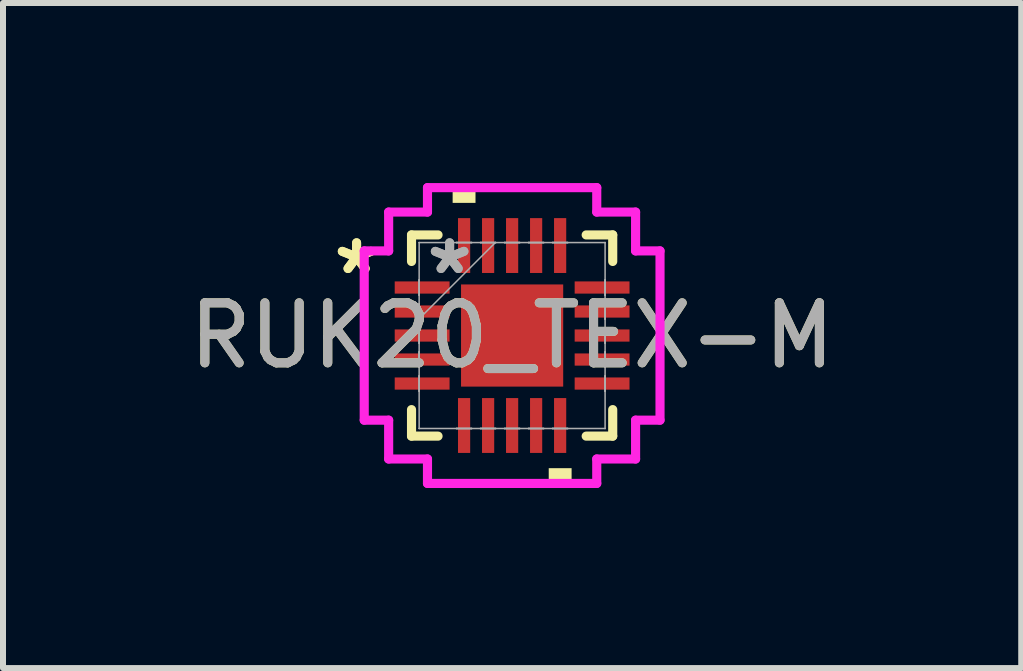
<source format=kicad_pcb>
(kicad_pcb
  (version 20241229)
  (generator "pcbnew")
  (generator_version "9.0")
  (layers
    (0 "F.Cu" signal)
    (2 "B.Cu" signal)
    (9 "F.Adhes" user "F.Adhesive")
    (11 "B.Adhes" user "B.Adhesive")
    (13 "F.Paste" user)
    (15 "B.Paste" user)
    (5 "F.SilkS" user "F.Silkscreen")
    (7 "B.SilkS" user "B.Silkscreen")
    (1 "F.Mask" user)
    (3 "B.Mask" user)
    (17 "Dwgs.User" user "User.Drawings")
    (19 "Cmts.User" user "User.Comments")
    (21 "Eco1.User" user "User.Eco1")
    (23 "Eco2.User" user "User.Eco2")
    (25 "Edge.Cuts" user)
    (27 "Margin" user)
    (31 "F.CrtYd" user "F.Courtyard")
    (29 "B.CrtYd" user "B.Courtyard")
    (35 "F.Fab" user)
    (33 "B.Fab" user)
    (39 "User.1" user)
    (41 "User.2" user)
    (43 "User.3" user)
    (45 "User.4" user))
  (footprint "RUK20_TEX-M"
    (layer "F.Cu")
    (at 5.482 2.54)
    (property "Reference" "RUK20_TEX-M" (at 0 0 0) (unlocked yes) (layer "F.SilkS") (effects (font (size 1 1) (thickness 0.15))))
    (attr smd)
    (fp_line (start -1.676 -1.676) (end -1.676 -1.234) (stroke (width 0.152) (type solid)) (layer "F.SilkS"))
    (fp_line (start -1.676 1.234) (end -1.676 1.676) (stroke (width 0.152) (type solid)) (layer "F.SilkS"))
    (fp_line (start -1.676 1.676) (end -1.234 1.676) (stroke (width 0.152) (type solid)) (layer "F.SilkS"))
    (fp_line (start -1.234 -1.676) (end -1.676 -1.676) (stroke (width 0.152) (type solid)) (layer "F.SilkS"))
    (fp_line (start 1.234 1.676) (end 1.676 1.676) (stroke (width 0.152) (type solid)) (layer "F.SilkS"))
    (fp_line (start 1.676 -1.676) (end 1.234 -1.676) (stroke (width 0.152) (type solid)) (layer "F.SilkS"))
    (fp_line (start 1.676 -1.234) (end 1.676 -1.676) (stroke (width 0.152) (type solid)) (layer "F.SilkS"))
    (fp_line (start 1.676 1.676) (end 1.676 1.234) (stroke (width 0.152) (type solid)) (layer "F.SilkS"))
    (fp_poly (pts (xy -0.991 -2.21) (xy -0.991 -2.464) (xy -0.61 -2.464) (xy -0.61 -2.21)) (stroke (width 0) (type solid)) (fill yes) (layer "F.SilkS"))
    (fp_poly (pts (xy 0.61 2.21) (xy 0.61 2.464) (xy 0.991 2.464) (xy 0.991 2.21)) (stroke (width 0) (type solid)) (fill yes) (layer "F.SilkS"))
    (fp_line (start -2.464 -1.41) (end -2.057 -1.41) (stroke (width 0.152) (type solid)) (layer "F.CrtYd"))
    (fp_line (start -2.464 1.41) (end -2.464 -1.41) (stroke (width 0.152) (type solid)) (layer "F.CrtYd"))
    (fp_line (start -2.057 -2.057) (end -1.41 -2.057) (stroke (width 0.152) (type solid)) (layer "F.CrtYd"))
    (fp_line (start -2.057 -1.41) (end -2.057 -2.057) (stroke (width 0.152) (type solid)) (layer "F.CrtYd"))
    (fp_line (start -2.057 1.41) (end -2.464 1.41) (stroke (width 0.152) (type solid)) (layer "F.CrtYd"))
    (fp_line (start -2.057 2.057) (end -2.057 1.41) (stroke (width 0.152) (type solid)) (layer "F.CrtYd"))
    (fp_line (start -1.41 -2.464) (end 1.41 -2.464) (stroke (width 0.152) (type solid)) (layer "F.CrtYd"))
    (fp_line (start -1.41 -2.057) (end -1.41 -2.464) (stroke (width 0.152) (type solid)) (layer "F.CrtYd"))
    (fp_line (start -1.41 2.057) (end -2.057 2.057) (stroke (width 0.152) (type solid)) (layer "F.CrtYd"))
    (fp_line (start -1.41 2.464) (end -1.41 2.057) (stroke (width 0.152) (type solid)) (layer "F.CrtYd"))
    (fp_line (start 1.41 -2.464) (end 1.41 -2.057) (stroke (width 0.152) (type solid)) (layer "F.CrtYd"))
    (fp_line (start 1.41 -2.057) (end 2.057 -2.057) (stroke (width 0.152) (type solid)) (layer "F.CrtYd"))
    (fp_line (start 1.41 2.057) (end 1.41 2.464) (stroke (width 0.152) (type solid)) (layer "F.CrtYd"))
    (fp_line (start 1.41 2.464) (end -1.41 2.464) (stroke (width 0.152) (type solid)) (layer "F.CrtYd"))
    (fp_line (start 2.057 -2.057) (end 2.057 -1.41) (stroke (width 0.152) (type solid)) (layer "F.CrtYd"))
    (fp_line (start 2.057 -1.41) (end 2.464 -1.41) (stroke (width 0.152) (type solid)) (layer "F.CrtYd"))
    (fp_line (start 2.057 1.41) (end 2.057 2.057) (stroke (width 0.152) (type solid)) (layer "F.CrtYd"))
    (fp_line (start 2.057 2.057) (end 1.41 2.057) (stroke (width 0.152) (type solid)) (layer "F.CrtYd"))
    (fp_line (start 2.464 -1.41) (end 2.464 1.41) (stroke (width 0.152) (type solid)) (layer "F.CrtYd"))
    (fp_line (start 2.464 1.41) (end 2.057 1.41) (stroke (width 0.152) (type solid)) (layer "F.CrtYd"))
    (fp_line (start -1.549 -1.549) (end -1.549 -1.549) (stroke (width 0.025) (type solid)) (layer "F.Fab"))
    (fp_line (start -1.549 -1.549) (end -1.549 1.549) (stroke (width 0.025) (type solid)) (layer "F.Fab"))
    (fp_line (start -1.549 -0.927) (end -1.549 -0.927) (stroke (width 0.025) (type solid)) (layer "F.Fab"))
    (fp_line (start -1.549 -0.927) (end -1.549 -0.673) (stroke (width 0.025) (type solid)) (layer "F.Fab"))
    (fp_line (start -1.549 -0.673) (end -1.549 -0.927) (stroke (width 0.025) (type solid)) (layer "F.Fab"))
    (fp_line (start -1.549 -0.673) (end -1.549 -0.673) (stroke (width 0.025) (type solid)) (layer "F.Fab"))
    (fp_line (start -1.549 -0.527) (end -1.549 -0.527) (stroke (width 0.025) (type solid)) (layer "F.Fab"))
    (fp_line (start -1.549 -0.527) (end -1.549 -0.273) (stroke (width 0.025) (type solid)) (layer "F.Fab"))
    (fp_line (start -1.549 -0.279) (end -0.279 -1.549) (stroke (width 0.025) (type solid)) (layer "F.Fab"))
    (fp_line (start -1.549 -0.273) (end -1.549 -0.527) (stroke (width 0.025) (type solid)) (layer "F.Fab"))
    (fp_line (start -1.549 -0.273) (end -1.549 -0.273) (stroke (width 0.025) (type solid)) (layer "F.Fab"))
    (fp_line (start -1.549 -0.127) (end -1.549 -0.127) (stroke (width 0.025) (type solid)) (layer "F.Fab"))
    (fp_line (start -1.549 -0.127) (end -1.549 0.127) (stroke (width 0.025) (type solid)) (layer "F.Fab"))
    (fp_line (start -1.549 0.127) (end -1.549 -0.127) (stroke (width 0.025) (type solid)) (layer "F.Fab"))
    (fp_line (start -1.549 0.127) (end -1.549 0.127) (stroke (width 0.025) (type solid)) (layer "F.Fab"))
    (fp_line (start -1.549 0.273) (end -1.549 0.273) (stroke (width 0.025) (type solid)) (layer "F.Fab"))
    (fp_line (start -1.549 0.273) (end -1.549 0.527) (stroke (width 0.025) (type solid)) (layer "F.Fab"))
    (fp_line (start -1.549 0.527) (end -1.549 0.273) (stroke (width 0.025) (type solid)) (layer "F.Fab"))
    (fp_line (start -1.549 0.527) (end -1.549 0.527) (stroke (width 0.025) (type solid)) (layer "F.Fab"))
    (fp_line (start -1.549 0.673) (end -1.549 0.673) (stroke (width 0.025) (type solid)) (layer "F.Fab"))
    (fp_line (start -1.549 0.673) (end -1.549 0.927) (stroke (width 0.025) (type solid)) (layer "F.Fab"))
    (fp_line (start -1.549 0.927) (end -1.549 0.673) (stroke (width 0.025) (type solid)) (layer "F.Fab"))
    (fp_line (start -1.549 0.927) (end -1.549 0.927) (stroke (width 0.025) (type solid)) (layer "F.Fab"))
    (fp_line (start -1.549 1.549) (end -1.549 1.549) (stroke (width 0.025) (type solid)) (layer "F.Fab"))
    (fp_line (start -1.549 1.549) (end 1.549 1.549) (stroke (width 0.025) (type solid)) (layer "F.Fab"))
    (fp_line (start -0.927 -1.549) (end -0.927 -1.549) (stroke (width 0.025) (type solid)) (layer "F.Fab"))
    (fp_line (start -0.927 -1.549) (end -0.673 -1.549) (stroke (width 0.025) (type solid)) (layer "F.Fab"))
    (fp_line (start -0.927 1.549) (end -0.927 1.549) (stroke (width 0.025) (type solid)) (layer "F.Fab"))
    (fp_line (start -0.927 1.549) (end -0.673 1.549) (stroke (width 0.025) (type solid)) (layer "F.Fab"))
    (fp_line (start -0.673 -1.549) (end -0.927 -1.549) (stroke (width 0.025) (type solid)) (layer "F.Fab"))
    (fp_line (start -0.673 -1.549) (end -0.673 -1.549) (stroke (width 0.025) (type solid)) (layer "F.Fab"))
    (fp_line (start -0.673 1.549) (end -0.927 1.549) (stroke (width 0.025) (type solid)) (layer "F.Fab"))
    (fp_line (start -0.673 1.549) (end -0.673 1.549) (stroke (width 0.025) (type solid)) (layer "F.Fab"))
    (fp_line (start -0.527 -1.549) (end -0.527 -1.549) (stroke (width 0.025) (type solid)) (layer "F.Fab"))
    (fp_line (start -0.527 -1.549) (end -0.273 -1.549) (stroke (width 0.025) (type solid)) (layer "F.Fab"))
    (fp_line (start -0.527 1.549) (end -0.527 1.549) (stroke (width 0.025) (type solid)) (layer "F.Fab"))
    (fp_line (start -0.527 1.549) (end -0.273 1.549) (stroke (width 0.025) (type solid)) (layer "F.Fab"))
    (fp_line (start -0.273 -1.549) (end -0.527 -1.549) (stroke (width 0.025) (type solid)) (layer "F.Fab"))
    (fp_line (start -0.273 -1.549) (end -0.273 -1.549) (stroke (width 0.025) (type solid)) (layer "F.Fab"))
    (fp_line (start -0.273 1.549) (end -0.527 1.549) (stroke (width 0.025) (type solid)) (layer "F.Fab"))
    (fp_line (start -0.273 1.549) (end -0.273 1.549) (stroke (width 0.025) (type solid)) (layer "F.Fab"))
    (fp_line (start -0.127 -1.549) (end -0.127 -1.549) (stroke (width 0.025) (type solid)) (layer "F.Fab"))
    (fp_line (start -0.127 -1.549) (end 0.127 -1.549) (stroke (width 0.025) (type solid)) (layer "F.Fab"))
    (fp_line (start -0.127 1.549) (end -0.127 1.549) (stroke (width 0.025) (type solid)) (layer "F.Fab"))
    (fp_line (start -0.127 1.549) (end 0.127 1.549) (stroke (width 0.025) (type solid)) (layer "F.Fab"))
    (fp_line (start 0.127 -1.549) (end -0.127 -1.549) (stroke (width 0.025) (type solid)) (layer "F.Fab"))
    (fp_line (start 0.127 -1.549) (end 0.127 -1.549) (stroke (width 0.025) (type solid)) (layer "F.Fab"))
    (fp_line (start 0.127 1.549) (end -0.127 1.549) (stroke (width 0.025) (type solid)) (layer "F.Fab"))
    (fp_line (start 0.127 1.549) (end 0.127 1.549) (stroke (width 0.025) (type solid)) (layer "F.Fab"))
    (fp_line (start 0.273 -1.549) (end 0.273 -1.549) (stroke (width 0.025) (type solid)) (layer "F.Fab"))
    (fp_line (start 0.273 -1.549) (end 0.527 -1.549) (stroke (width 0.025) (type solid)) (layer "F.Fab"))
    (fp_line (start 0.273 1.549) (end 0.273 1.549) (stroke (width 0.025) (type solid)) (layer "F.Fab"))
    (fp_line (start 0.273 1.549) (end 0.527 1.549) (stroke (width 0.025) (type solid)) (layer "F.Fab"))
    (fp_line (start 0.527 -1.549) (end 0.273 -1.549) (stroke (width 0.025) (type solid)) (layer "F.Fab"))
    (fp_line (start 0.527 -1.549) (end 0.527 -1.549) (stroke (width 0.025) (type solid)) (layer "F.Fab"))
    (fp_line (start 0.527 1.549) (end 0.273 1.549) (stroke (width 0.025) (type solid)) (layer "F.Fab"))
    (fp_line (start 0.527 1.549) (end 0.527 1.549) (stroke (width 0.025) (type solid)) (layer "F.Fab"))
    (fp_line (start 0.673 -1.549) (end 0.673 -1.549) (stroke (width 0.025) (type solid)) (layer "F.Fab"))
    (fp_line (start 0.673 -1.549) (end 0.927 -1.549) (stroke (width 0.025) (type solid)) (layer "F.Fab"))
    (fp_line (start 0.673 1.549) (end 0.673 1.549) (stroke (width 0.025) (type solid)) (layer "F.Fab"))
    (fp_line (start 0.673 1.549) (end 0.927 1.549) (stroke (width 0.025) (type solid)) (layer "F.Fab"))
    (fp_line (start 0.927 -1.549) (end 0.673 -1.549) (stroke (width 0.025) (type solid)) (layer "F.Fab"))
    (fp_line (start 0.927 -1.549) (end 0.927 -1.549) (stroke (width 0.025) (type solid)) (layer "F.Fab"))
    (fp_line (start 0.927 1.549) (end 0.673 1.549) (stroke (width 0.025) (type solid)) (layer "F.Fab"))
    (fp_line (start 0.927 1.549) (end 0.927 1.549) (stroke (width 0.025) (type solid)) (layer "F.Fab"))
    (fp_line (start 1.549 -1.549) (end -1.549 -1.549) (stroke (width 0.025) (type solid)) (layer "F.Fab"))
    (fp_line (start 1.549 -1.549) (end 1.549 -1.549) (stroke (width 0.025) (type solid)) (layer "F.Fab"))
    (fp_line (start 1.549 -0.927) (end 1.549 -0.927) (stroke (width 0.025) (type solid)) (layer "F.Fab"))
    (fp_line (start 1.549 -0.927) (end 1.549 -0.673) (stroke (width 0.025) (type solid)) (layer "F.Fab"))
    (fp_line (start 1.549 -0.673) (end 1.549 -0.927) (stroke (width 0.025) (type solid)) (layer "F.Fab"))
    (fp_line (start 1.549 -0.673) (end 1.549 -0.673) (stroke (width 0.025) (type solid)) (layer "F.Fab"))
    (fp_line (start 1.549 -0.527) (end 1.549 -0.527) (stroke (width 0.025) (type solid)) (layer "F.Fab"))
    (fp_line (start 1.549 -0.527) (end 1.549 -0.273) (stroke (width 0.025) (type solid)) (layer "F.Fab"))
    (fp_line (start 1.549 -0.273) (end 1.549 -0.527) (stroke (width 0.025) (type solid)) (layer "F.Fab"))
    (fp_line (start 1.549 -0.273) (end 1.549 -0.273) (stroke (width 0.025) (type solid)) (layer "F.Fab"))
    (fp_line (start 1.549 -0.127) (end 1.549 -0.127) (stroke (width 0.025) (type solid)) (layer "F.Fab"))
    (fp_line (start 1.549 -0.127) (end 1.549 0.127) (stroke (width 0.025) (type solid)) (layer "F.Fab"))
    (fp_line (start 1.549 0.127) (end 1.549 -0.127) (stroke (width 0.025) (type solid)) (layer "F.Fab"))
    (fp_line (start 1.549 0.127) (end 1.549 0.127) (stroke (width 0.025) (type solid)) (layer "F.Fab"))
    (fp_line (start 1.549 0.273) (end 1.549 0.273) (stroke (width 0.025) (type solid)) (layer "F.Fab"))
    (fp_line (start 1.549 0.273) (end 1.549 0.527) (stroke (width 0.025) (type solid)) (layer "F.Fab"))
    (fp_line (start 1.549 0.527) (end 1.549 0.273) (stroke (width 0.025) (type solid)) (layer "F.Fab"))
    (fp_line (start 1.549 0.527) (end 1.549 0.527) (stroke (width 0.025) (type solid)) (layer "F.Fab"))
    (fp_line (start 1.549 0.673) (end 1.549 0.673) (stroke (width 0.025) (type solid)) (layer "F.Fab"))
    (fp_line (start 1.549 0.673) (end 1.549 0.927) (stroke (width 0.025) (type solid)) (layer "F.Fab"))
    (fp_line (start 1.549 0.927) (end 1.549 0.673) (stroke (width 0.025) (type solid)) (layer "F.Fab"))
    (fp_line (start 1.549 0.927) (end 1.549 0.927) (stroke (width 0.025) (type solid)) (layer "F.Fab"))
    (fp_line (start 1.549 1.549) (end 1.549 -1.549) (stroke (width 0.025) (type solid)) (layer "F.Fab"))
    (fp_line (start 1.549 1.549) (end 1.549 1.549) (stroke (width 0.025) (type solid)) (layer "F.Fab"))
    (fp_text user "*" (at -2.591 -1 0) (unlocked yes) (layer "F.SilkS") (effects (font (size 1 1) (thickness 0.15))))
    (fp_text user "*" (at -2.591 -1 0) (layer "F.SilkS") (effects (font (size 1 1) (thickness 0.15))))
    (fp_text user "*" (at -1.041 -1 0) (layer "F.Fab") (effects (font (size 1 1) (thickness 0.15))))
    (fp_text user "*" (at -1.041 -1 0) (unlocked yes) (layer "F.Fab") (effects (font (size 1 1) (thickness 0.15))))
    (fp_text user "${REFERENCE}" (at 0 0 0) (unlocked yes) (layer "F.Fab") (effects (font (size 1 1) (thickness 0.15))))
    (pad "1" smd rect (at -1.499 -0.8 90) (size 0.203 0.914) (layers "F.Cu" "F.Mask" "F.Paste"))
    (pad "2" smd rect (at -1.499 -0.4 90) (size 0.203 0.914) (layers "F.Cu" "F.Mask" "F.Paste"))
    (pad "3" smd rect (at -1.499 0 90) (size 0.203 0.914) (layers "F.Cu" "F.Mask" "F.Paste"))
    (pad "4" smd rect (at -1.499 0.4 90) (size 0.203 0.914) (layers "F.Cu" "F.Mask" "F.Paste"))
    (pad "5" smd rect (at -1.499 0.8 90) (size 0.203 0.914) (layers "F.Cu" "F.Mask" "F.Paste"))
    (pad "6" smd rect (at -0.8 1.499) (size 0.203 0.914) (layers "F.Cu" "F.Mask" "F.Paste"))
    (pad "7" smd rect (at -0.4 1.499) (size 0.203 0.914) (layers "F.Cu" "F.Mask" "F.Paste"))
    (pad "8" smd rect (at 0 1.499) (size 0.203 0.914) (layers "F.Cu" "F.Mask" "F.Paste"))
    (pad "9" smd rect (at 0.4 1.499) (size 0.203 0.914) (layers "F.Cu" "F.Mask" "F.Paste"))
    (pad "10" smd rect (at 0.8 1.499) (size 0.203 0.914) (layers "F.Cu" "F.Mask" "F.Paste"))
    (pad "11" smd rect (at 1.499 0.8 90) (size 0.203 0.914) (layers "F.Cu" "F.Mask" "F.Paste"))
    (pad "12" smd rect (at 1.499 0.4 90) (size 0.203 0.914) (layers "F.Cu" "F.Mask" "F.Paste"))
    (pad "13" smd rect (at 1.499 0 90) (size 0.203 0.914) (layers "F.Cu" "F.Mask" "F.Paste"))
    (pad "14" smd rect (at 1.499 -0.4 90) (size 0.203 0.914) (layers "F.Cu" "F.Mask" "F.Paste"))
    (pad "15" smd rect (at 1.499 -0.8 90) (size 0.203 0.914) (layers "F.Cu" "F.Mask" "F.Paste"))
    (pad "16" smd rect (at 0.8 -1.499) (size 0.203 0.914) (layers "F.Cu" "F.Mask" "F.Paste"))
    (pad "17" smd rect (at 0.4 -1.499) (size 0.203 0.914) (layers "F.Cu" "F.Mask" "F.Paste"))
    (pad "18" smd rect (at 0 -1.499) (size 0.203 0.914) (layers "F.Cu" "F.Mask" "F.Paste"))
    (pad "19" smd rect (at -0.4 -1.499) (size 0.203 0.914) (layers "F.Cu" "F.Mask" "F.Paste"))
    (pad "20" smd rect (at -0.8 -1.499) (size 0.203 0.914) (layers "F.Cu" "F.Mask" "F.Paste"))
    (pad "21" smd rect (at 0 0) (size 1.702 1.702) (layers "F.Cu" "F.Mask" "F.Paste")))
  (gr_rect
    (start -3 -3)
    (end 13.964 8.08)
    (stroke (width 0.1) (type default))
    (fill no)
    (layer "Edge.Cuts")))
</source>
